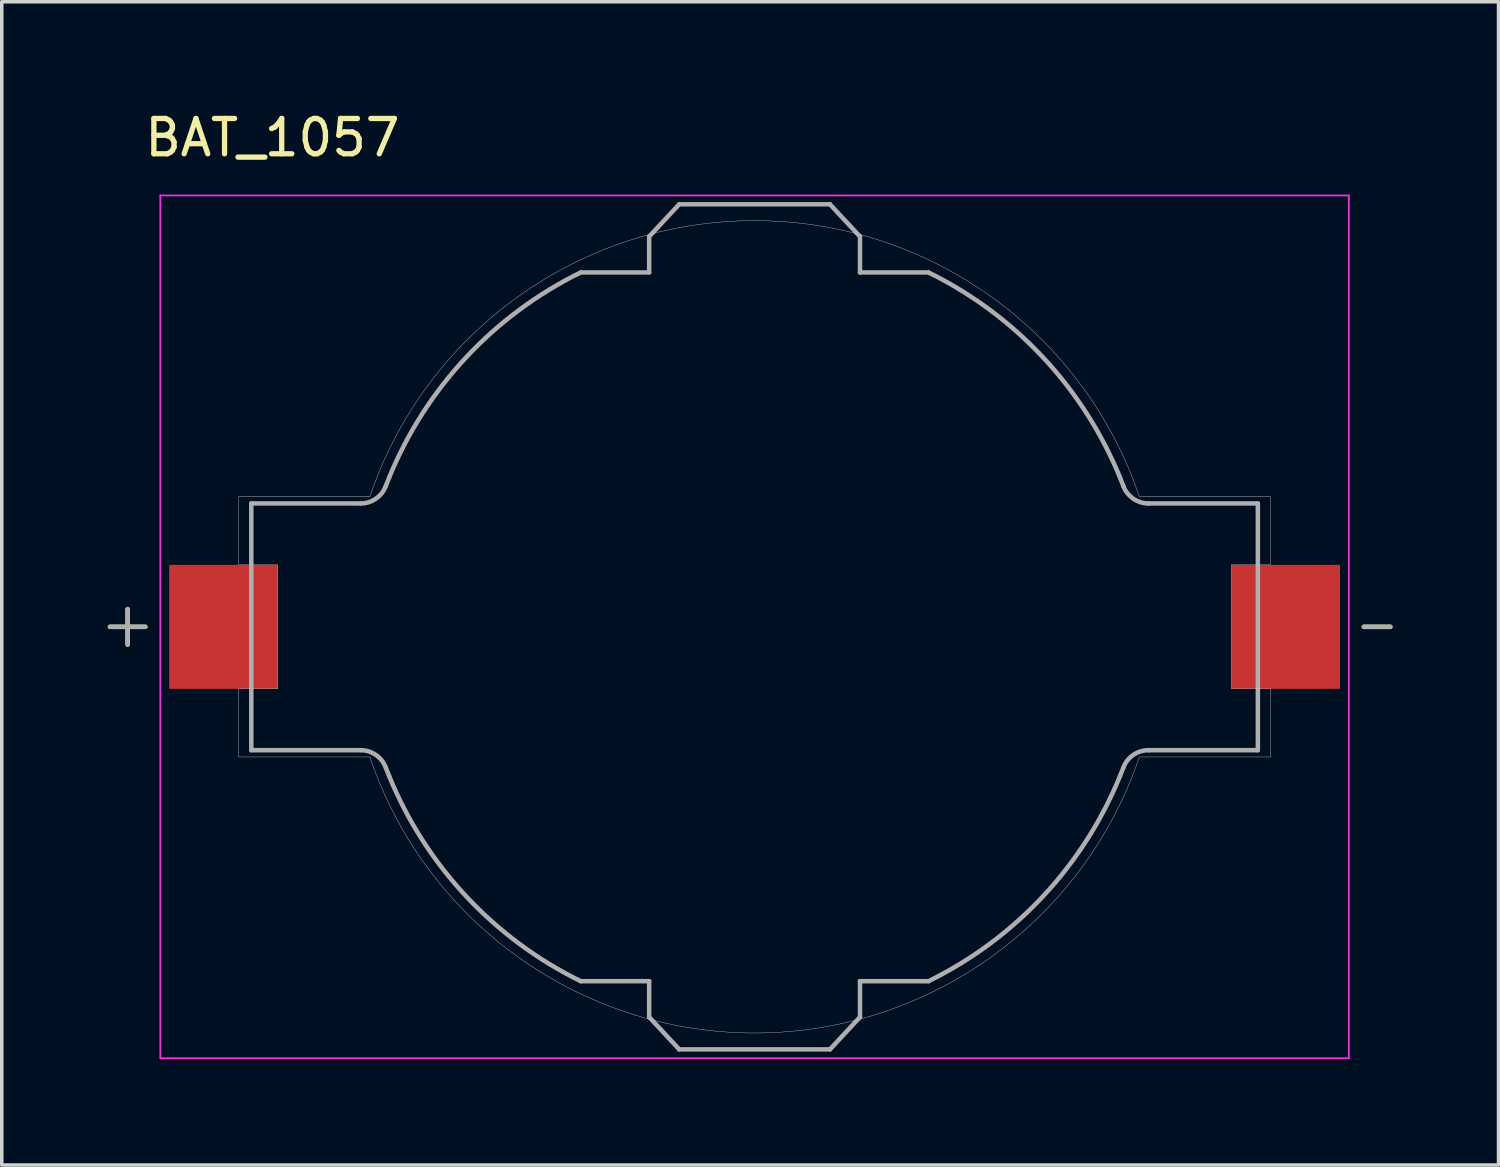
<source format=kicad_pcb>
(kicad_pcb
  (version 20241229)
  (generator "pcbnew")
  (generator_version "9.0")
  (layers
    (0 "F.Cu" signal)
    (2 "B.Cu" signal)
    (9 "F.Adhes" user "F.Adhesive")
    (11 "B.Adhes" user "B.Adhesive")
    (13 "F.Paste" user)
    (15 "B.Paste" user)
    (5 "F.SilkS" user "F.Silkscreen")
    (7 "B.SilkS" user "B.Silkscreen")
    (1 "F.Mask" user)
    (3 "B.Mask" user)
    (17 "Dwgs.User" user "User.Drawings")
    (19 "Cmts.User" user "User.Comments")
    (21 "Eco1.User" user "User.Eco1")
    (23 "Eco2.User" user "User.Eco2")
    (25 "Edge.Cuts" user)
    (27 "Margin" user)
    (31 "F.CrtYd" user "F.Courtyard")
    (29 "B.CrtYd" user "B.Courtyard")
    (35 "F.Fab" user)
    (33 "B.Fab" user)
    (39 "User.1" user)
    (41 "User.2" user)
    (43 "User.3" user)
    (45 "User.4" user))
  (footprint "BAT_1057"
    (layer "F.Cu")
    (at 18.314 14.697)
    (property "Reference" "BAT_1057" (at -13.65 -13.848 0) (layer "F.SilkS") (effects (font (size 1 1) (thickness 0.15))))
    (attr smd)
    (fp_line (start -17.75 -0.5) (end -17.75 0.5) (stroke (width 0.127) (type solid)) (layer "F.SilkS"))
    (fp_line (start -17.25 0) (end -18.25 0) (stroke (width 0.127) (type solid)) (layer "F.SilkS"))
    (fp_line (start 17.25 0) (end 18 0) (stroke (width 0.127) (type solid)) (layer "F.SilkS"))
    (fp_line (start -14.605 -3.685) (end -10.894 -3.685) (stroke (width 0.01) (type solid)) (layer "Edge.Cuts"))
    (fp_line (start -14.605 -1.755) (end -14.605 -3.685) (stroke (width 0.01) (type solid)) (layer "Edge.Cuts"))
    (fp_line (start -14.605 1.755) (end -13.5 1.755) (stroke (width 0.01) (type solid)) (layer "Edge.Cuts"))
    (fp_line (start -14.605 3.685) (end -14.605 1.755) (stroke (width 0.01) (type solid)) (layer "Edge.Cuts"))
    (fp_line (start -13.5 -1.755) (end -14.605 -1.755) (stroke (width 0.01) (type solid)) (layer "Edge.Cuts"))
    (fp_line (start -13.5 1.755) (end -13.5 -1.755) (stroke (width 0.01) (type solid)) (layer "Edge.Cuts"))
    (fp_line (start -10.894 3.685) (end -14.605 3.685) (stroke (width 0.01) (type solid)) (layer "Edge.Cuts"))
    (fp_line (start 10.894 -3.685) (end 14.605 -3.685) (stroke (width 0.01) (type solid)) (layer "Edge.Cuts"))
    (fp_line (start 13.5 -1.755) (end 13.5 1.755) (stroke (width 0.01) (type solid)) (layer "Edge.Cuts"))
    (fp_line (start 13.5 1.755) (end 14.605 1.755) (stroke (width 0.01) (type solid)) (layer "Edge.Cuts"))
    (fp_line (start 14.605 -3.685) (end 14.605 -1.755) (stroke (width 0.01) (type solid)) (layer "Edge.Cuts"))
    (fp_line (start 14.605 -1.755) (end 13.5 -1.755) (stroke (width 0.01) (type solid)) (layer "Edge.Cuts"))
    (fp_line (start 14.605 1.755) (end 14.605 3.685) (stroke (width 0.01) (type solid)) (layer "Edge.Cuts"))
    (fp_line (start 14.605 3.685) (end 10.894 3.685) (stroke (width 0.01) (type solid)) (layer "Edge.Cuts"))
    (fp_arc (start -10.8936 -3.685) (mid 0 -11.49988) (end 10.8936 -3.685) (stroke (width 0.01) (type solid)) (layer "Edge.Cuts"))
    (fp_arc (start 10.8936 3.685) (mid 0 11.49988) (end -10.8936 3.685) (stroke (width 0.01) (type solid)) (layer "Edge.Cuts"))
    (fp_line (start -16.825 -12.213) (end -16.825 12.213) (stroke (width 0.05) (type solid)) (layer "F.CrtYd"))
    (fp_line (start -16.825 12.213) (end 16.825 12.213) (stroke (width 0.05) (type solid)) (layer "F.CrtYd"))
    (fp_line (start 16.825 -12.213) (end -16.825 -12.213) (stroke (width 0.05) (type solid)) (layer "F.CrtYd"))
    (fp_line (start 16.825 12.213) (end 16.825 -12.213) (stroke (width 0.05) (type solid)) (layer "F.CrtYd"))
    (fp_line (start -18.25 0) (end -17.25 0) (stroke (width 0.127) (type solid)) (layer "F.Fab"))
    (fp_line (start -17.75 -0.5) (end -17.75 0.5) (stroke (width 0.127) (type solid)) (layer "F.Fab"))
    (fp_line (start -14.249 -3.493) (end -11.154 -3.493) (stroke (width 0.127) (type solid)) (layer "F.Fab"))
    (fp_line (start -14.249 3.493) (end -14.249 -3.493) (stroke (width 0.127) (type solid)) (layer "F.Fab"))
    (fp_line (start -14.249 3.493) (end -11.154 3.493) (stroke (width 0.127) (type solid)) (layer "F.Fab"))
    (fp_line (start -4.924 -10.033) (end -2.985 -10.033) (stroke (width 0.127) (type solid)) (layer "F.Fab"))
    (fp_line (start -2.985 -11.049) (end -2.134 -11.963) (stroke (width 0.127) (type solid)) (layer "F.Fab"))
    (fp_line (start -2.985 -10.033) (end -2.985 -11.049) (stroke (width 0.127) (type solid)) (layer "F.Fab"))
    (fp_line (start -2.985 10.033) (end -4.924 10.033) (stroke (width 0.127) (type solid)) (layer "F.Fab"))
    (fp_line (start -2.985 11.049) (end -2.985 10.033) (stroke (width 0.127) (type solid)) (layer "F.Fab"))
    (fp_line (start -2.134 -11.963) (end 2.134 -11.963) (stroke (width 0.127) (type solid)) (layer "F.Fab"))
    (fp_line (start -2.134 11.963) (end -2.985 11.049) (stroke (width 0.127) (type solid)) (layer "F.Fab"))
    (fp_line (start 2.134 -11.963) (end 2.985 -11.049) (stroke (width 0.127) (type solid)) (layer "F.Fab"))
    (fp_line (start 2.134 11.963) (end -2.134 11.963) (stroke (width 0.127) (type solid)) (layer "F.Fab"))
    (fp_line (start 2.985 -11.049) (end 2.985 -10.033) (stroke (width 0.127) (type solid)) (layer "F.Fab"))
    (fp_line (start 2.985 -10.033) (end 4.924 -10.033) (stroke (width 0.127) (type solid)) (layer "F.Fab"))
    (fp_line (start 2.985 10.033) (end 2.985 11.049) (stroke (width 0.127) (type solid)) (layer "F.Fab"))
    (fp_line (start 2.985 11.049) (end 2.134 11.963) (stroke (width 0.127) (type solid)) (layer "F.Fab"))
    (fp_line (start 4.924 10.033) (end 2.985 10.033) (stroke (width 0.127) (type solid)) (layer "F.Fab"))
    (fp_line (start 11.154 -3.493) (end 14.249 -3.493) (stroke (width 0.127) (type solid)) (layer "F.Fab"))
    (fp_line (start 11.154 3.493) (end 14.249 3.493) (stroke (width 0.127) (type solid)) (layer "F.Fab"))
    (fp_line (start 14.249 3.493) (end 14.249 -3.493) (stroke (width 0.127) (type solid)) (layer "F.Fab"))
    (fp_line (start 17.25 0) (end 18 0) (stroke (width 0.127) (type solid)) (layer "F.Fab"))
    (fp_arc (start -11.1541 3.4925) (mid -10.721864 3.626987) (end -10.4422 3.98294) (stroke (width 0.127) (type solid)) (layer "F.Fab"))
    (fp_arc (start -10.4422 -3.98294) (mid -10.721864 -3.626987) (end -11.1541 -3.4925) (stroke (width 0.127) (type solid)) (layer "F.Fab"))
    (fp_arc (start -10.4422 -3.98294) (mid -10.394279 -4.106308) (end -10.3449 -4.2291) (stroke (width 0.127) (type solid)) (layer "F.Fab"))
    (fp_arc (start -10.3449 -4.2291) (mid -8.167199 -7.628861) (end -4.92361 -10.033) (stroke (width 0.127) (type solid)) (layer "F.Fab"))
    (fp_arc (start -10.3449 4.2291) (mid -10.394279 4.106308) (end -10.4422 3.98294) (stroke (width 0.127) (type solid)) (layer "F.Fab"))
    (fp_arc (start -4.92361 10.033) (mid -8.167199 7.628861) (end -10.3449 4.2291) (stroke (width 0.127) (type solid)) (layer "F.Fab"))
    (fp_arc (start 4.92361 -10.033) (mid 8.167199 -7.628861) (end 10.3449 -4.2291) (stroke (width 0.127) (type solid)) (layer "F.Fab"))
    (fp_arc (start 10.3449 -4.2291) (mid 10.394279 -4.106308) (end 10.4422 -3.98294) (stroke (width 0.127) (type solid)) (layer "F.Fab"))
    (fp_arc (start 10.3449 4.2291) (mid 8.167199 7.628861) (end 4.92361 10.033) (stroke (width 0.127) (type solid)) (layer "F.Fab"))
    (fp_arc (start 10.4422 3.98294) (mid 10.394279 4.106308) (end 10.3449 4.2291) (stroke (width 0.127) (type solid)) (layer "F.Fab"))
    (fp_arc (start 10.4422 3.98294) (mid 10.721864 3.626987) (end 11.1541 3.4925) (stroke (width 0.127) (type solid)) (layer "F.Fab"))
    (fp_arc (start 11.1541 -3.4925) (mid 10.721864 -3.626987) (end 10.4422 -3.98294) (stroke (width 0.127) (type solid)) (layer "F.Fab"))
    (pad "N" smd rect (at 15.037 0) (size 3.075 3.51) (layers "F.Cu" "F.Mask" "F.Paste"))
    (pad "P" smd rect (at -15.037 0) (size 3.075 3.51) (layers "F.Cu" "F.Mask" "F.Paste")))
  (gr_rect
    (start -3 -3)
    (end 39.377 29.935)
    (stroke (width 0.1) (type default))
    (fill no)
    (layer "Edge.Cuts")))
</source>
